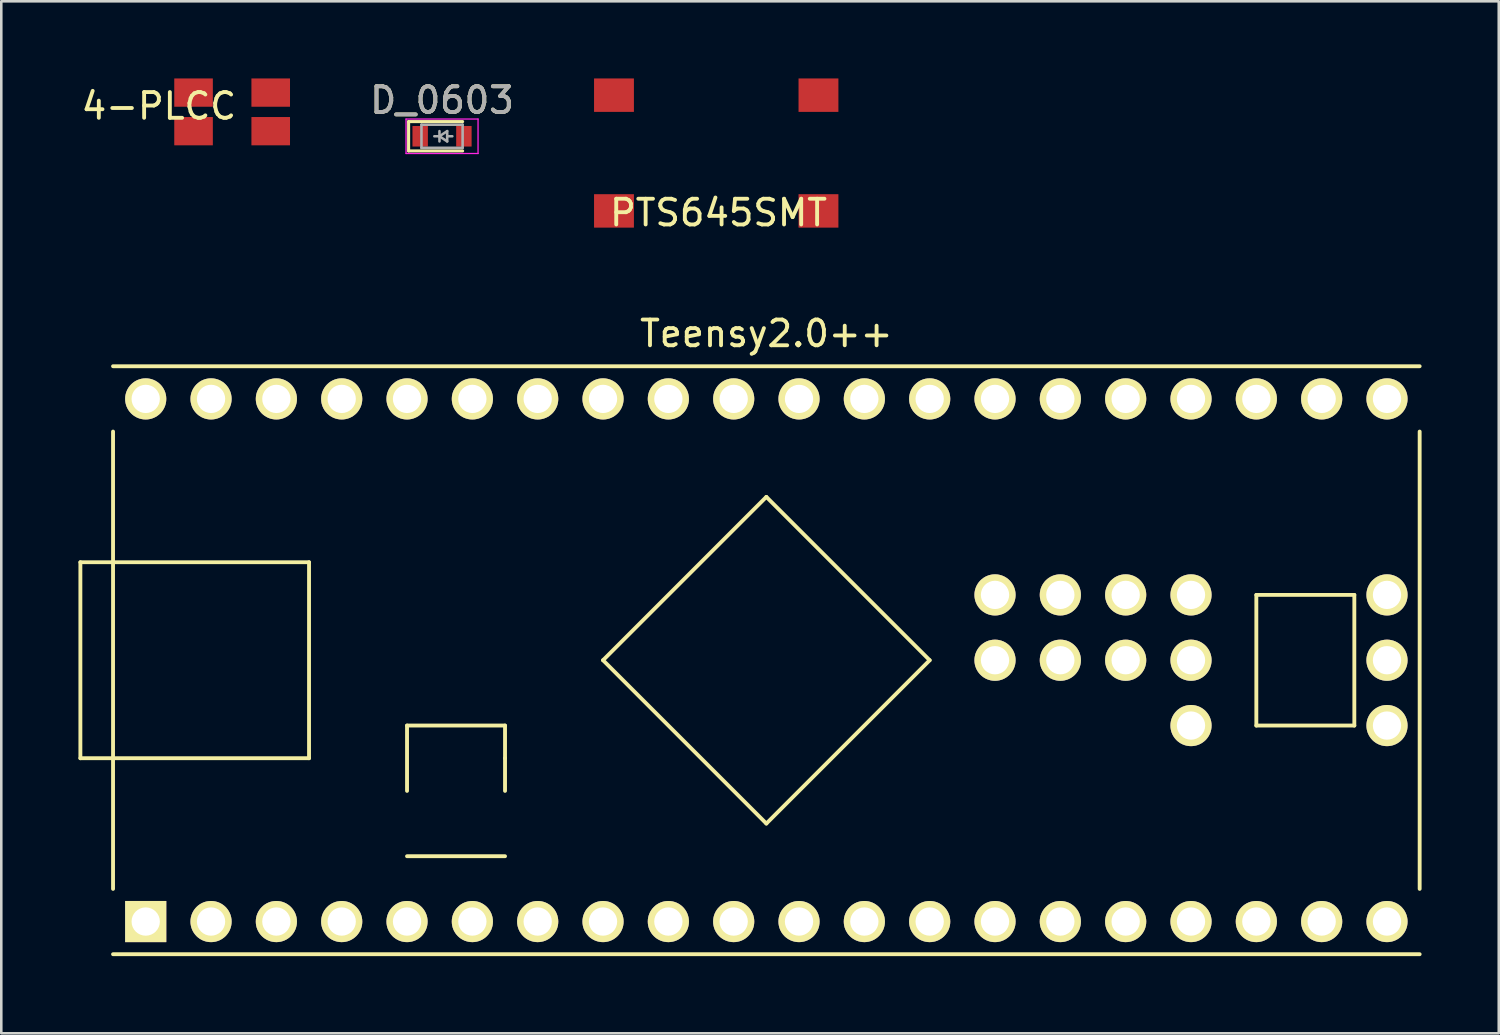
<source format=kicad_pcb>
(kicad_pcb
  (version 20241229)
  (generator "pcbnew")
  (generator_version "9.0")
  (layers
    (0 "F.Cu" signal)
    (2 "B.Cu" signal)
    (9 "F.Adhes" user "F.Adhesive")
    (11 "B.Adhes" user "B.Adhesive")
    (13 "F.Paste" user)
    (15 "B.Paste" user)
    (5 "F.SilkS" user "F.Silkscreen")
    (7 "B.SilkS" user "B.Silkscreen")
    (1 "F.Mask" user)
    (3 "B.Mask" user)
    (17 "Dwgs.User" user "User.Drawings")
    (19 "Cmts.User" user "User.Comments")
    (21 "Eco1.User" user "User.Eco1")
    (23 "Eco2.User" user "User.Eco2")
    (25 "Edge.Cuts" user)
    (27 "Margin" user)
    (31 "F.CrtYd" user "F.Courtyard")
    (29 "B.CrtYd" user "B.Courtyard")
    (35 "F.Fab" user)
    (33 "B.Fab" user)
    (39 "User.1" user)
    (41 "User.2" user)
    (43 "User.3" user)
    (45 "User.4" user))
  (footprint "PTS645SMT"
    (layer "F.Cu")
    (at 20.821 0.65)
    (property "Reference" "PTS645SMT" (at 4.064 4.572 0) (layer "F.SilkS") (effects (font (size 1 1) (thickness 0.15))))
    (attr through_hole)
    (pad "1" smd rect (at 0 0) (size 1.55 1.3) (layers "F.Cu" "F.Mask" "F.Paste"))
    (pad "2" smd rect (at 7.95 0) (size 1.55 1.3) (layers "F.Cu" "F.Mask" "F.Paste"))
    (pad "3" smd rect (at 0 4.5) (size 1.55 1.3) (layers "F.Cu" "F.Mask" "F.Paste"))
    (pad "4" smd rect (at 7.95 4.5) (size 1.55 1.3) (layers "F.Cu" "F.Mask" "F.Paste")))
  (footprint "D_0603"
    (layer "F.Cu")
    (at 14.136 2.248)
    (property "Reference" "D_0603" (at 0 -1.4 0) (layer "F.SilkS") (effects (font (size 1 1) (thickness 0.15))))
    (attr smd)
    (fp_line (start -1.3 -0.57) (end -1.3 0.57) (stroke (width 0.12) (type solid)) (layer "F.SilkS"))
    (fp_line (start -1.3 -0.57) (end 0.8 -0.57) (stroke (width 0.12) (type solid)) (layer "F.SilkS"))
    (fp_line (start -1.3 0.57) (end 0.8 0.57) (stroke (width 0.12) (type solid)) (layer "F.SilkS"))
    (fp_line (start -1.4 -0.67) (end -1.4 0.67) (stroke (width 0.05) (type solid)) (layer "F.CrtYd"))
    (fp_line (start -1.4 0.67) (end 1.4 0.67) (stroke (width 0.05) (type solid)) (layer "F.CrtYd"))
    (fp_line (start 1.4 -0.67) (end -1.4 -0.67) (stroke (width 0.05) (type solid)) (layer "F.CrtYd"))
    (fp_line (start 1.4 0.67) (end 1.4 -0.67) (stroke (width 0.05) (type solid)) (layer "F.CrtYd"))
    (fp_line (start -0.8 -0.45) (end 0.8 -0.45) (stroke (width 0.1) (type solid)) (layer "F.Fab"))
    (fp_line (start -0.8 0.45) (end -0.8 -0.45) (stroke (width 0.1) (type solid)) (layer "F.Fab"))
    (fp_line (start -0.1 -0.2) (end -0.1 0.2) (stroke (width 0.1) (type solid)) (layer "F.Fab"))
    (fp_line (start -0.1 0) (end -0.3 0) (stroke (width 0.1) (type solid)) (layer "F.Fab"))
    (fp_line (start -0.1 0) (end 0.2 0.2) (stroke (width 0.1) (type solid)) (layer "F.Fab"))
    (fp_line (start 0.2 -0.2) (end -0.1 0) (stroke (width 0.1) (type solid)) (layer "F.Fab"))
    (fp_line (start 0.2 0) (end 0.4 0) (stroke (width 0.1) (type solid)) (layer "F.Fab"))
    (fp_line (start 0.2 0.2) (end 0.2 -0.2) (stroke (width 0.1) (type solid)) (layer "F.Fab"))
    (fp_line (start 0.8 -0.45) (end 0.8 0.45) (stroke (width 0.1) (type solid)) (layer "F.Fab"))
    (fp_line (start 0.8 0.45) (end -0.8 0.45) (stroke (width 0.1) (type solid)) (layer "F.Fab"))
    (fp_text user "${REFERENCE}" (at 0 -1.4 0) (layer "F.Fab") (effects (font (size 1 1) (thickness 0.15))))
    (pad "A" smd rect (at -0.85 0) (size 0.6 0.8) (layers "F.Cu" "F.Mask" "F.Paste"))
    (pad "B" smd rect (at 0.85 0) (size 0.6 0.8) (layers "F.Cu" "F.Mask" "F.Paste")))
  (footprint "Teensy2.0++"
    (layer "F.Cu")
    (at 26.745 22.619)
    (property "Reference" "Teensy2.0++" (at 0 -12.7 0) (layer "F.SilkS") (effects (font (size 1 1) (thickness 0.15))))
    (attr through_hole)
    (fp_line (start -26.67 -3.81) (end -26.67 3.81) (stroke (width 0.15) (type solid)) (layer "F.SilkS"))
    (fp_line (start -25.4 -11.43) (end 25.4 -11.43) (stroke (width 0.15) (type solid)) (layer "F.SilkS"))
    (fp_line (start -25.4 8.89) (end -25.4 -8.89) (stroke (width 0.15) (type solid)) (layer "F.SilkS"))
    (fp_line (start -17.78 -3.81) (end -26.67 -3.81) (stroke (width 0.15) (type solid)) (layer "F.SilkS"))
    (fp_line (start -17.78 3.81) (end -26.67 3.81) (stroke (width 0.15) (type solid)) (layer "F.SilkS"))
    (fp_line (start -17.78 3.81) (end -17.78 -3.81) (stroke (width 0.15) (type solid)) (layer "F.SilkS"))
    (fp_line (start -13.97 2.54) (end -13.97 5.08) (stroke (width 0.15) (type solid)) (layer "F.SilkS"))
    (fp_line (start -13.97 7.62) (end -10.16 7.62) (stroke (width 0.15) (type solid)) (layer "F.SilkS"))
    (fp_line (start -10.16 2.54) (end -13.97 2.54) (stroke (width 0.15) (type solid)) (layer "F.SilkS"))
    (fp_line (start -10.16 3.81) (end -10.16 2.54) (stroke (width 0.15) (type solid)) (layer "F.SilkS"))
    (fp_line (start -10.16 5.08) (end -10.16 3.81) (stroke (width 0.15) (type solid)) (layer "F.SilkS"))
    (fp_line (start -6.35 0) (end 0 -6.35) (stroke (width 0.15) (type solid)) (layer "F.SilkS"))
    (fp_line (start 0 -6.35) (end 6.35 0) (stroke (width 0.15) (type solid)) (layer "F.SilkS"))
    (fp_line (start 0 6.35) (end -6.35 0) (stroke (width 0.15) (type solid)) (layer "F.SilkS"))
    (fp_line (start 6.35 0) (end 0 6.35) (stroke (width 0.15) (type solid)) (layer "F.SilkS"))
    (fp_line (start 19.05 -2.54) (end 22.86 -2.54) (stroke (width 0.15) (type solid)) (layer "F.SilkS"))
    (fp_line (start 19.05 2.54) (end 19.05 -2.54) (stroke (width 0.15) (type solid)) (layer "F.SilkS"))
    (fp_line (start 22.86 -2.54) (end 22.86 2.54) (stroke (width 0.15) (type solid)) (layer "F.SilkS"))
    (fp_line (start 22.86 2.54) (end 19.05 2.54) (stroke (width 0.15) (type solid)) (layer "F.SilkS"))
    (fp_line (start 25.4 -8.89) (end 25.4 8.89) (stroke (width 0.15) (type solid)) (layer "F.SilkS"))
    (fp_line (start 25.4 11.43) (end -25.4 11.43) (stroke (width 0.15) (type solid)) (layer "F.SilkS"))
    (pad "1" thru_hole rect (at -24.13 10.16) (size 1.6 1.6) (drill 1.1) (layers "*.Cu" "*.Mask" "F.SilkS"))
    (pad "2" thru_hole circle (at -21.59 10.16) (size 1.6 1.6) (drill 1.1) (layers "*.Cu" "*.Mask" "F.SilkS"))
    (pad "3" thru_hole circle (at -19.05 10.16) (size 1.6 1.6) (drill 1.1) (layers "*.Cu" "*.Mask" "F.SilkS"))
    (pad "4" thru_hole circle (at -16.51 10.16) (size 1.6 1.6) (drill 1.1) (layers "*.Cu" "*.Mask" "F.SilkS"))
    (pad "5" thru_hole circle (at -13.97 10.16) (size 1.6 1.6) (drill 1.1) (layers "*.Cu" "*.Mask" "F.SilkS"))
    (pad "6" thru_hole circle (at -11.43 10.16) (size 1.6 1.6) (drill 1.1) (layers "*.Cu" "*.Mask" "F.SilkS"))
    (pad "7" thru_hole circle (at -8.89 10.16) (size 1.6 1.6) (drill 1.1) (layers "*.Cu" "*.Mask" "F.SilkS"))
    (pad "8" thru_hole circle (at -6.35 10.16) (size 1.6 1.6) (drill 1.1) (layers "*.Cu" "*.Mask" "F.SilkS"))
    (pad "9" thru_hole circle (at -3.81 10.16) (size 1.6 1.6) (drill 1.1) (layers "*.Cu" "*.Mask" "F.SilkS"))
    (pad "10" thru_hole circle (at -1.27 10.16) (size 1.6 1.6) (drill 1.1) (layers "*.Cu" "*.Mask" "F.SilkS"))
    (pad "11" thru_hole circle (at 1.27 10.16) (size 1.6 1.6) (drill 1.1) (layers "*.Cu" "*.Mask" "F.SilkS"))
    (pad "12" thru_hole circle (at 3.81 10.16) (size 1.6 1.6) (drill 1.1) (layers "*.Cu" "*.Mask" "F.SilkS"))
    (pad "13" thru_hole circle (at 6.35 10.16) (size 1.6 1.6) (drill 1.1) (layers "*.Cu" "*.Mask" "F.SilkS"))
    (pad "14" thru_hole circle (at 8.89 10.16) (size 1.6 1.6) (drill 1.1) (layers "*.Cu" "*.Mask" "F.SilkS"))
    (pad "15" thru_hole circle (at 11.43 10.16) (size 1.6 1.6) (drill 1.1) (layers "*.Cu" "*.Mask" "F.SilkS"))
    (pad "16" thru_hole circle (at 13.97 10.16) (size 1.6 1.6) (drill 1.1) (layers "*.Cu" "*.Mask" "F.SilkS"))
    (pad "17" thru_hole circle (at 16.51 10.16) (size 1.6 1.6) (drill 1.1) (layers "*.Cu" "*.Mask" "F.SilkS"))
    (pad "18" thru_hole circle (at 19.05 10.16) (size 1.6 1.6) (drill 1.1) (layers "*.Cu" "*.Mask" "F.SilkS"))
    (pad "19" thru_hole circle (at 21.59 10.16) (size 1.6 1.6) (drill 1.1) (layers "*.Cu" "*.Mask" "F.SilkS"))
    (pad "20" thru_hole circle (at 24.13 10.16) (size 1.6 1.6) (drill 1.1) (layers "*.Cu" "*.Mask" "F.SilkS"))
    (pad "21" thru_hole circle (at 24.13 2.54) (size 1.6 1.6) (drill 1.1) (layers "*.Cu" "*.Mask" "F.SilkS"))
    (pad "22" thru_hole circle (at 24.13 0) (size 1.6 1.6) (drill 1.1) (layers "*.Cu" "*.Mask" "F.SilkS"))
    (pad "23" thru_hole circle (at 24.13 -2.54) (size 1.6 1.6) (drill 1.1) (layers "*.Cu" "*.Mask" "F.SilkS"))
    (pad "24" thru_hole circle (at 24.13 -10.16) (size 1.6 1.6) (drill 1.1) (layers "*.Cu" "*.Mask" "F.SilkS"))
    (pad "25" thru_hole circle (at 21.59 -10.16) (size 1.6 1.6) (drill 1.1) (layers "*.Cu" "*.Mask" "F.SilkS"))
    (pad "26" thru_hole circle (at 19.05 -10.16) (size 1.6 1.6) (drill 1.1) (layers "*.Cu" "*.Mask" "F.SilkS"))
    (pad "27" thru_hole circle (at 16.51 -10.16) (size 1.6 1.6) (drill 1.1) (layers "*.Cu" "*.Mask" "F.SilkS"))
    (pad "28" thru_hole circle (at 13.97 -10.16) (size 1.6 1.6) (drill 1.1) (layers "*.Cu" "*.Mask" "F.SilkS"))
    (pad "29" thru_hole circle (at 11.43 -10.16) (size 1.6 1.6) (drill 1.1) (layers "*.Cu" "*.Mask" "F.SilkS"))
    (pad "30" thru_hole circle (at 8.89 -10.16) (size 1.6 1.6) (drill 1.1) (layers "*.Cu" "*.Mask" "F.SilkS"))
    (pad "31" thru_hole circle (at 6.35 -10.16) (size 1.6 1.6) (drill 1.1) (layers "*.Cu" "*.Mask" "F.SilkS"))
    (pad "32" thru_hole circle (at 3.81 -10.16) (size 1.6 1.6) (drill 1.1) (layers "*.Cu" "*.Mask" "F.SilkS"))
    (pad "33" thru_hole circle (at 1.27 -10.16) (size 1.6 1.6) (drill 1.1) (layers "*.Cu" "*.Mask" "F.SilkS"))
    (pad "34" thru_hole circle (at -1.27 -10.16) (size 1.6 1.6) (drill 1.1) (layers "*.Cu" "*.Mask" "F.SilkS"))
    (pad "35" thru_hole circle (at -3.81 -10.16) (size 1.6 1.6) (drill 1.1) (layers "*.Cu" "*.Mask" "F.SilkS"))
    (pad "36" thru_hole circle (at -6.35 -10.16) (size 1.6 1.6) (drill 1.1) (layers "*.Cu" "*.Mask" "F.SilkS"))
    (pad "37" thru_hole circle (at -8.89 -10.16) (size 1.6 1.6) (drill 1.1) (layers "*.Cu" "*.Mask" "F.SilkS"))
    (pad "38" thru_hole circle (at -11.43 -10.16) (size 1.6 1.6) (drill 1.1) (layers "*.Cu" "*.Mask" "F.SilkS"))
    (pad "39" thru_hole circle (at -13.97 -10.16) (size 1.6 1.6) (drill 1.1) (layers "*.Cu" "*.Mask" "F.SilkS"))
    (pad "40" thru_hole circle (at -16.51 -10.16) (size 1.6 1.6) (drill 1.1) (layers "*.Cu" "*.Mask" "F.SilkS"))
    (pad "41" thru_hole circle (at -19.05 -10.16) (size 1.6 1.6) (drill 1.1) (layers "*.Cu" "*.Mask" "F.SilkS"))
    (pad "42" thru_hole circle (at -21.59 -10.16) (size 1.6 1.6) (drill 1.1) (layers "*.Cu" "*.Mask" "F.SilkS"))
    (pad "43" thru_hole circle (at -24.13 -10.16) (size 1.6 1.6) (drill 1.1) (layers "*.Cu" "*.Mask" "F.SilkS"))
    (pad "44" thru_hole circle (at 8.89 -2.54) (size 1.6 1.6) (drill 1.1) (layers "*.Cu" "*.Mask" "F.SilkS"))
    (pad "45" thru_hole circle (at 11.43 -2.54) (size 1.6 1.6) (drill 1.1) (layers "*.Cu" "*.Mask" "F.SilkS"))
    (pad "46" thru_hole circle (at 13.97 -2.54) (size 1.6 1.6) (drill 1.1) (layers "*.Cu" "*.Mask" "F.SilkS"))
    (pad "47" thru_hole circle (at 16.51 -2.54) (size 1.6 1.6) (drill 1.1) (layers "*.Cu" "*.Mask" "F.SilkS"))
    (pad "48" thru_hole circle (at 8.89 0) (size 1.6 1.6) (drill 1.1) (layers "*.Cu" "*.Mask" "F.SilkS"))
    (pad "49" thru_hole circle (at 11.43 0) (size 1.6 1.6) (drill 1.1) (layers "*.Cu" "*.Mask" "F.SilkS"))
    (pad "50" thru_hole circle (at 13.97 0) (size 1.6 1.6) (drill 1.1) (layers "*.Cu" "*.Mask" "F.SilkS"))
    (pad "51" thru_hole circle (at 16.51 0) (size 1.6 1.6) (drill 1.1) (layers "*.Cu" "*.Mask" "F.SilkS"))
    (pad "52" thru_hole circle (at 16.51 2.54) (size 1.6 1.6) (drill 1.1) (layers "*.Cu" "*.Mask" "F.SilkS")))
  (footprint "4-PLCC"
    (layer "F.Cu")
    (at 5.975 1.3)
    (property "Reference" "4-PLCC" (at -2.85 -0.225 0) (layer "F.SilkS") (effects (font (size 1 1) (thickness 0.15))))
    (attr through_hole)
    (pad "1" smd rect (at -1.5 -0.75) (size 1.5 1.1) (layers "F.Cu" "F.Mask" "F.Paste"))
    (pad "2" smd rect (at 1.5 -0.75) (size 1.5 1.1) (layers "F.Cu" "F.Mask" "F.Paste"))
    (pad "3" smd rect (at 1.5 0.75) (size 1.5 1.1) (layers "F.Cu" "F.Mask" "F.Paste"))
    (pad "4" smd rect (at -1.5 0.75) (size 1.5 1.1) (layers "F.Cu" "F.Mask" "F.Paste")))
  (gr_rect
    (start -3 -3)
    (end 55.22 37.123)
    (stroke (width 0.1) (type default))
    (fill no)
    (layer "Edge.Cuts")))
</source>
